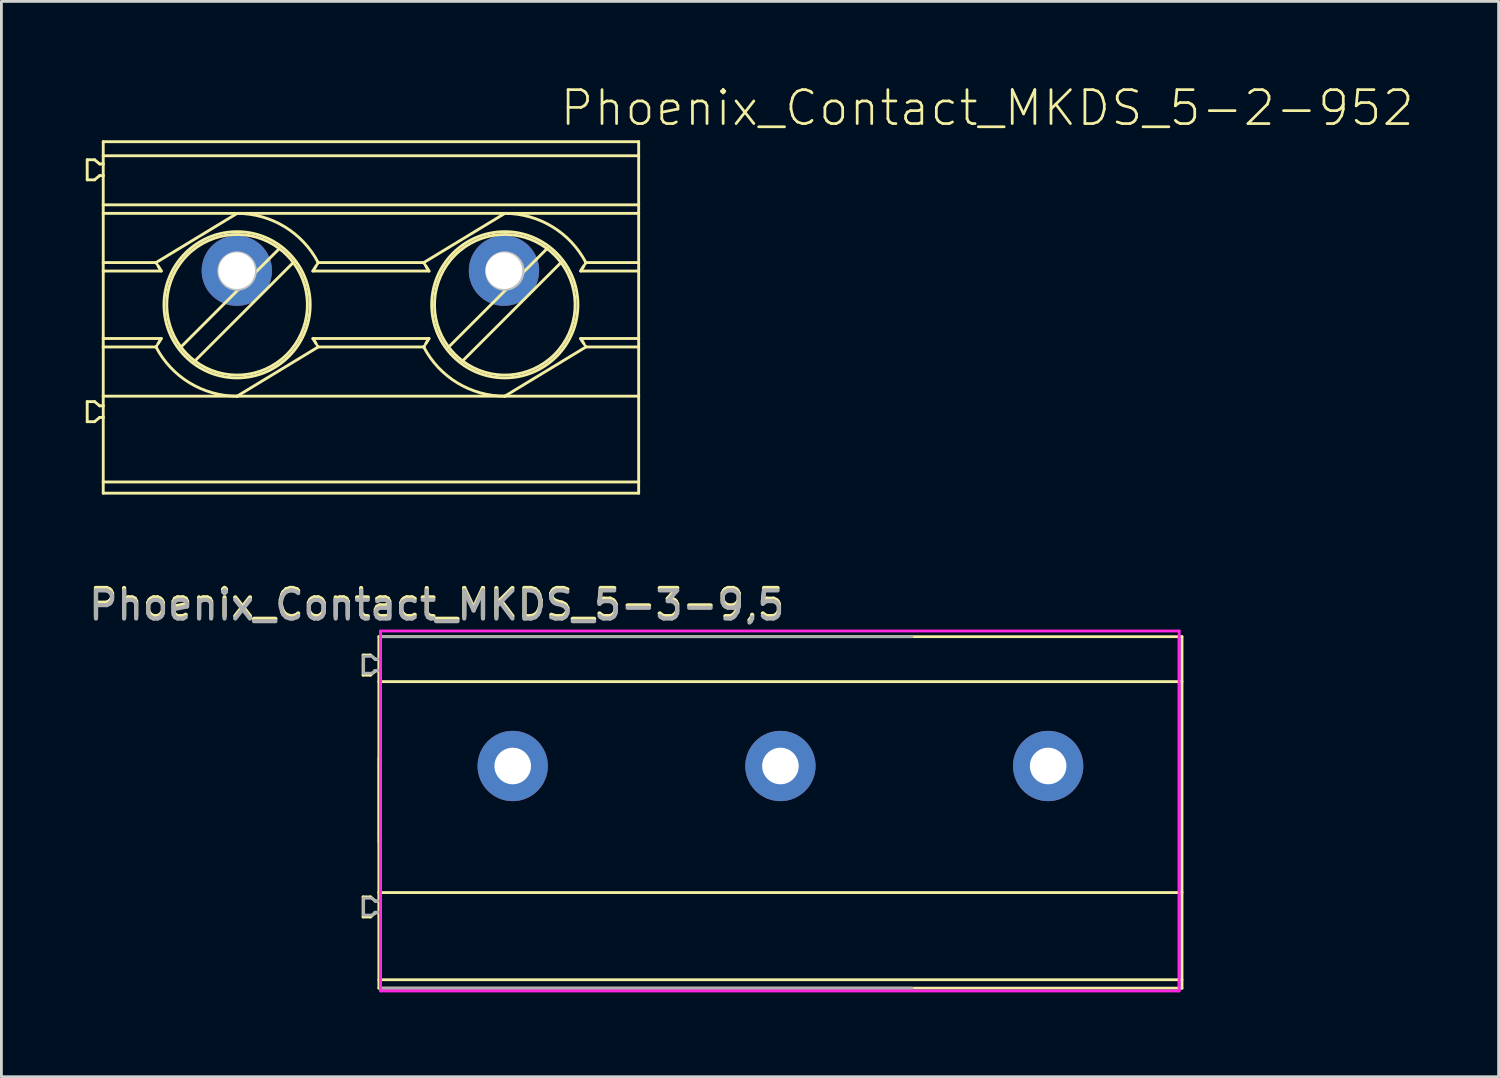
<source format=kicad_pcb>
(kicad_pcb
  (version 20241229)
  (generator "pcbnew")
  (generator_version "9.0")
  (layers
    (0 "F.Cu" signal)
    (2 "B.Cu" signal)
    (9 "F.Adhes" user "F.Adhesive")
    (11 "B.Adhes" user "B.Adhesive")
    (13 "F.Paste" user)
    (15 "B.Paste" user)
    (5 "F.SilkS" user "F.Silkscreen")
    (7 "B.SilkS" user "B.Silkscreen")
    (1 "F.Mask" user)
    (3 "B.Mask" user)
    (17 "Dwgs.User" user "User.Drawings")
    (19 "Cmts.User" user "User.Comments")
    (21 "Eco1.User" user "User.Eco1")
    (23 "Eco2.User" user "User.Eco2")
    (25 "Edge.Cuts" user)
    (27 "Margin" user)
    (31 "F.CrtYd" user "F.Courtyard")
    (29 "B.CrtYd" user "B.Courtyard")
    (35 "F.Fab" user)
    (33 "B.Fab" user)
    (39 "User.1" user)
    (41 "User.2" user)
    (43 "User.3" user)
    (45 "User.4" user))
  (footprint "Phoenix_Contact_MKDS_5-3-9,5"
    (layer "F.Cu")
    (at 15.182 24.189)
    (property "Reference" "Phoenix_Contact_MKDS_5-3-9,5" (at -2.7 -5.2 0) (layer "F.SilkS") (effects (font (size 1 1) (thickness 0.15)) (justify bottom)))
    (attr through_hole)
    (fp_line (start -5.32 -3.945) (end -5.057 -3.945) (stroke (width 0.102) (type solid)) (layer "F.SilkS"))
    (fp_line (start -5.32 -3.231) (end -5.32 -3.945) (stroke (width 0.102) (type solid)) (layer "F.SilkS"))
    (fp_line (start -5.32 5.369) (end -5.32 4.655) (stroke (width 0.102) (type solid)) (layer "F.SilkS"))
    (fp_line (start -5.057 -3.231) (end -5.32 -3.231) (stroke (width 0.102) (type solid)) (layer "F.SilkS"))
    (fp_line (start -5.057 4.655) (end -5.32 4.655) (stroke (width 0.102) (type solid)) (layer "F.SilkS"))
    (fp_line (start -5.057 4.655) (end -4.879 4.805) (stroke (width 0.102) (type solid)) (layer "F.SilkS"))
    (fp_line (start -5.057 5.369) (end -5.32 5.369) (stroke (width 0.102) (type solid)) (layer "F.SilkS"))
    (fp_line (start -4.879 -3.795) (end -5.057 -3.945) (stroke (width 0.102) (type solid)) (layer "F.SilkS"))
    (fp_line (start -4.879 -3.795) (end -4.76 -3.795) (stroke (width 0.102) (type solid)) (layer "F.SilkS"))
    (fp_line (start -4.879 -3.381) (end -5.057 -3.231) (stroke (width 0.102) (type solid)) (layer "F.SilkS"))
    (fp_line (start -4.879 4.805) (end -4.76 4.805) (stroke (width 0.102) (type solid)) (layer "F.SilkS"))
    (fp_line (start -4.879 5.219) (end -5.057 5.369) (stroke (width 0.102) (type solid)) (layer "F.SilkS"))
    (fp_line (start -4.76 -4.6) (end -4.76 7.9) (stroke (width 0.1) (type solid)) (layer "F.SilkS"))
    (fp_line (start -4.76 -4.6) (end 23.8 -4.6) (stroke (width 0.1) (type solid)) (layer "F.SilkS"))
    (fp_line (start -4.76 -3.38) (end -4.87 -3.38) (stroke (width 0.1) (type solid)) (layer "F.SilkS"))
    (fp_line (start -4.76 4.5) (end 23.8 4.5) (stroke (width 0.102) (type solid)) (layer "F.SilkS"))
    (fp_line (start -4.76 5.219) (end -4.879 5.219) (stroke (width 0.102) (type solid)) (layer "F.SilkS"))
    (fp_line (start -4.76 7.6) (end 23.8 7.6) (stroke (width 0.1) (type solid)) (layer "F.SilkS"))
    (fp_line (start -4.75 -0.288) (end -4.75 0.012) (stroke (width 0.102) (type solid)) (layer "F.SilkS"))
    (fp_line (start -4.75 0.012) (end -4.75 2.412) (stroke (width 0.102) (type solid)) (layer "F.SilkS"))
    (fp_line (start -4.75 2.712) (end -4.75 2.412) (stroke (width 0.102) (type solid)) (layer "F.SilkS"))
    (fp_line (start 23.8 -4.6) (end 23.8 7.9) (stroke (width 0.1) (type solid)) (layer "F.SilkS"))
    (fp_line (start 23.8 -3) (end -4.76 -3) (stroke (width 0.1) (type solid)) (layer "F.SilkS"))
    (fp_line (start 23.8 7.9) (end -4.76 7.9) (stroke (width 0.1) (type solid)) (layer "F.SilkS"))
    (fp_line (start -4.7 -4.8) (end 23.7 -4.8) (stroke (width 0.1) (type solid)) (layer "F.CrtYd"))
    (fp_line (start -4.7 8) (end -4.7 -4.8) (stroke (width 0.1) (type solid)) (layer "F.CrtYd"))
    (fp_line (start 23.7 -4.8) (end 23.7 8) (stroke (width 0.1) (type solid)) (layer "F.CrtYd"))
    (fp_line (start 23.7 8) (end -4.7 8) (stroke (width 0.1) (type solid)) (layer "F.CrtYd"))
    (fp_line (start -5.3 -3.9) (end -5.3 -3.3) (stroke (width 0.1) (type solid)) (layer "F.Fab"))
    (fp_line (start -5.3 -3.3) (end -5 -3.3) (stroke (width 0.1) (type solid)) (layer "F.Fab"))
    (fp_line (start -5.3 4.7) (end -5.3 5.3) (stroke (width 0.1) (type solid)) (layer "F.Fab"))
    (fp_line (start -5.3 5.3) (end -5 5.3) (stroke (width 0.1) (type solid)) (layer "F.Fab"))
    (fp_line (start -5 -3.9) (end -5.3 -3.9) (stroke (width 0.1) (type solid)) (layer "F.Fab"))
    (fp_line (start -5 -3.3) (end -4.9 -3.4) (stroke (width 0.1) (type solid)) (layer "F.Fab"))
    (fp_line (start -5 4.7) (end -5.3 4.7) (stroke (width 0.1) (type solid)) (layer "F.Fab"))
    (fp_line (start -5 5.3) (end -4.9 5.2) (stroke (width 0.1) (type solid)) (layer "F.Fab"))
    (fp_line (start -4.9 -3.8) (end -5 -3.9) (stroke (width 0.1) (type solid)) (layer "F.Fab"))
    (fp_line (start -4.9 -3.4) (end -4.7 -3.4) (stroke (width 0.1) (type solid)) (layer "F.Fab"))
    (fp_line (start -4.9 4.8) (end -5 4.7) (stroke (width 0.1) (type solid)) (layer "F.Fab"))
    (fp_line (start -4.9 5.2) (end -4.7 5.2) (stroke (width 0.1) (type solid)) (layer "F.Fab"))
    (fp_line (start -4.7 -4.6) (end 14.2 -4.6) (stroke (width 0.1) (type solid)) (layer "F.Fab"))
    (fp_line (start -4.7 -3.8) (end -4.9 -3.8) (stroke (width 0.1) (type solid)) (layer "F.Fab"))
    (fp_line (start -4.7 4.8) (end -4.9 4.8) (stroke (width 0.1) (type solid)) (layer "F.Fab"))
    (fp_line (start -4.7 7.9) (end -4.7 -4.6) (stroke (width 0.1) (type solid)) (layer "F.Fab"))
    (fp_line (start 14.2 7.9) (end -4.7 7.9) (stroke (width 0.1) (type solid)) (layer "F.Fab"))
    (fp_line (start 23.7 -4.6) (end 23.7 7.9) (stroke (width 0.1) (type solid)) (layer "F.Fab"))
    (fp_text user "${REFERENCE}" (at -2.7 -5.7 0) (layer "F.Fab") (effects (font (size 1 1) (thickness 0.15))))
    (pad "1" thru_hole circle (at 0 0) (size 2.5 2.5) (drill 1.3) (layers "*.Cu" "*.Mask"))
    (pad "2" thru_hole circle (at 9.52 0) (size 2.5 2.5) (drill 1.3) (layers "*.Cu" "*.Mask"))
    (pad "3" thru_hole circle (at 19.04 0) (size 2.5 2.5) (drill 1.3) (layers "*.Cu" "*.Mask")))
  (footprint "Phoenix_Contact_MKDS_5-2-952"
    (layer "F.Cu")
    (at 5.371 6.576)
    (property "Reference" "Phoenix_Contact_MKDS_5-2-952" (at 11.43 -5.08 180) (layer "F.SilkS") (effects (font (size 1.206 1.206) (thickness 0.097)) (justify left bottom)))
    (attr through_hole)
    (fp_line (start -5.32 -3.945) (end -5.057 -3.945) (stroke (width 0.102) (type solid)) (layer "F.SilkS"))
    (fp_line (start -5.32 -3.231) (end -5.32 -3.945) (stroke (width 0.102) (type solid)) (layer "F.SilkS"))
    (fp_line (start -5.32 5.369) (end -5.32 4.655) (stroke (width 0.102) (type solid)) (layer "F.SilkS"))
    (fp_line (start -5.057 -3.231) (end -5.32 -3.231) (stroke (width 0.102) (type solid)) (layer "F.SilkS"))
    (fp_line (start -5.057 4.655) (end -5.32 4.655) (stroke (width 0.102) (type solid)) (layer "F.SilkS"))
    (fp_line (start -5.057 4.655) (end -4.879 4.805) (stroke (width 0.102) (type solid)) (layer "F.SilkS"))
    (fp_line (start -5.057 5.369) (end -5.32 5.369) (stroke (width 0.102) (type solid)) (layer "F.SilkS"))
    (fp_line (start -4.879 -3.795) (end -5.057 -3.945) (stroke (width 0.102) (type solid)) (layer "F.SilkS"))
    (fp_line (start -4.879 -3.795) (end -4.75 -3.795) (stroke (width 0.102) (type solid)) (layer "F.SilkS"))
    (fp_line (start -4.879 -3.381) (end -5.057 -3.231) (stroke (width 0.102) (type solid)) (layer "F.SilkS"))
    (fp_line (start -4.879 4.805) (end -4.75 4.805) (stroke (width 0.102) (type solid)) (layer "F.SilkS"))
    (fp_line (start -4.879 5.219) (end -5.057 5.369) (stroke (width 0.102) (type solid)) (layer "F.SilkS"))
    (fp_line (start -4.75 -4.588) (end -4.75 -4.088) (stroke (width 0.102) (type solid)) (layer "F.SilkS"))
    (fp_line (start -4.75 -4.588) (end 14.29 -4.588) (stroke (width 0.102) (type solid)) (layer "F.SilkS"))
    (fp_line (start -4.75 -3.795) (end -4.75 -4.088) (stroke (width 0.102) (type solid)) (layer "F.SilkS"))
    (fp_line (start -4.75 -3.381) (end -4.879 -3.381) (stroke (width 0.102) (type solid)) (layer "F.SilkS"))
    (fp_line (start -4.75 -3.381) (end -4.75 -3.795) (stroke (width 0.102) (type solid)) (layer "F.SilkS"))
    (fp_line (start -4.75 -2.342) (end -4.75 -3.381) (stroke (width 0.102) (type solid)) (layer "F.SilkS"))
    (fp_line (start -4.75 -2.038) (end -4.75 -2.342) (stroke (width 0.102) (type solid)) (layer "F.SilkS"))
    (fp_line (start -4.75 -0.288) (end -4.75 -2.038) (stroke (width 0.102) (type solid)) (layer "F.SilkS"))
    (fp_line (start -4.75 -0.288) (end -4.75 0.012) (stroke (width 0.102) (type solid)) (layer "F.SilkS"))
    (fp_line (start -4.75 -0.288) (end -2.873 -0.288) (stroke (width 0.102) (type solid)) (layer "F.SilkS"))
    (fp_line (start -4.75 0.012) (end -4.75 2.412) (stroke (width 0.102) (type solid)) (layer "F.SilkS"))
    (fp_line (start -4.75 0.012) (end -2.685 0.012) (stroke (width 0.102) (type solid)) (layer "F.SilkS"))
    (fp_line (start -4.75 2.712) (end -4.75 2.412) (stroke (width 0.102) (type solid)) (layer "F.SilkS"))
    (fp_line (start -4.75 4.462) (end -4.75 2.712) (stroke (width 0.102) (type solid)) (layer "F.SilkS"))
    (fp_line (start -4.75 4.462) (end 0.01 4.462) (stroke (width 0.102) (type solid)) (layer "F.SilkS"))
    (fp_line (start -4.75 4.805) (end -4.75 4.462) (stroke (width 0.102) (type solid)) (layer "F.SilkS"))
    (fp_line (start -4.75 5.219) (end -4.879 5.219) (stroke (width 0.102) (type solid)) (layer "F.SilkS"))
    (fp_line (start -4.75 5.219) (end -4.75 4.805) (stroke (width 0.102) (type solid)) (layer "F.SilkS"))
    (fp_line (start -4.75 7.512) (end -4.75 5.219) (stroke (width 0.102) (type solid)) (layer "F.SilkS"))
    (fp_line (start -4.75 7.512) (end -4.75 7.912) (stroke (width 0.102) (type solid)) (layer "F.SilkS"))
    (fp_line (start -4.75 7.512) (end 14.29 7.512) (stroke (width 0.102) (type solid)) (layer "F.SilkS"))
    (fp_line (start -2.873 2.712) (end -4.75 2.712) (stroke (width 0.102) (type solid)) (layer "F.SilkS"))
    (fp_line (start -2.867 2.701) (end -2.86 2.689) (stroke (width 0.102) (type solid)) (layer "F.SilkS"))
    (fp_line (start -2.86 2.689) (end -2.852 2.678) (stroke (width 0.102) (type solid)) (layer "F.SilkS"))
    (fp_line (start -2.859 -0.266) (end -2.867 -0.277) (stroke (width 0.102) (type solid)) (layer "F.SilkS"))
    (fp_line (start -2.852 -0.254) (end -2.859 -0.266) (stroke (width 0.102) (type solid)) (layer "F.SilkS"))
    (fp_line (start -2.813 2.615) (end -2.774 2.552) (stroke (width 0.102) (type solid)) (layer "F.SilkS"))
    (fp_line (start -2.774 -0.128) (end -2.813 -0.191) (stroke (width 0.102) (type solid)) (layer "F.SilkS"))
    (fp_line (start -2.774 2.552) (end -2.735 2.49) (stroke (width 0.102) (type solid)) (layer "F.SilkS"))
    (fp_line (start -2.735 -0.066) (end -2.774 -0.128) (stroke (width 0.102) (type solid)) (layer "F.SilkS"))
    (fp_line (start -2.685 2.412) (end -4.75 2.412) (stroke (width 0.102) (type solid)) (layer "F.SilkS"))
    (fp_line (start 0.01 -2.038) (end -4.75 -2.038) (stroke (width 0.102) (type solid)) (layer "F.SilkS"))
    (fp_line (start 0.01 -2.038) (end -2.873 -0.288) (stroke (width 0.102) (type solid)) (layer "F.SilkS"))
    (fp_line (start 0.01 4.462) (end 2.893 2.712) (stroke (width 0.102) (type solid)) (layer "F.SilkS"))
    (fp_line (start 0.01 4.462) (end 9.53 4.462) (stroke (width 0.102) (type solid)) (layer "F.SilkS"))
    (fp_line (start 0.068 0.659) (end -1.988 2.715) (stroke (width 0.102) (type solid)) (layer "F.SilkS"))
    (fp_line (start 1.513 -0.786) (end 0.657 0.07) (stroke (width 0.102) (type solid)) (layer "F.SilkS"))
    (fp_line (start 2.008 -0.291) (end -1.493 3.21) (stroke (width 0.102) (type solid)) (layer "F.SilkS"))
    (fp_line (start 2.705 0.012) (end 6.835 0.012) (stroke (width 0.102) (type solid)) (layer "F.SilkS"))
    (fp_line (start 2.755 2.49) (end 2.794 2.552) (stroke (width 0.102) (type solid)) (layer "F.SilkS"))
    (fp_line (start 2.794 -0.128) (end 2.755 -0.066) (stroke (width 0.102) (type solid)) (layer "F.SilkS"))
    (fp_line (start 2.794 2.552) (end 2.833 2.615) (stroke (width 0.102) (type solid)) (layer "F.SilkS"))
    (fp_line (start 2.833 -0.191) (end 2.794 -0.128) (stroke (width 0.102) (type solid)) (layer "F.SilkS"))
    (fp_line (start 2.872 2.678) (end 2.88 2.689) (stroke (width 0.102) (type solid)) (layer "F.SilkS"))
    (fp_line (start 2.88 -0.266) (end 2.872 -0.254) (stroke (width 0.102) (type solid)) (layer "F.SilkS"))
    (fp_line (start 2.88 2.689) (end 2.887 2.701) (stroke (width 0.102) (type solid)) (layer "F.SilkS"))
    (fp_line (start 2.887 -0.277) (end 2.88 -0.266) (stroke (width 0.102) (type solid)) (layer "F.SilkS"))
    (fp_line (start 2.893 -0.288) (end 6.647 -0.288) (stroke (width 0.102) (type solid)) (layer "F.SilkS"))
    (fp_line (start 6.647 2.712) (end 2.893 2.712) (stroke (width 0.102) (type solid)) (layer "F.SilkS"))
    (fp_line (start 6.653 2.701) (end 6.66 2.689) (stroke (width 0.102) (type solid)) (layer "F.SilkS"))
    (fp_line (start 6.66 2.689) (end 6.668 2.678) (stroke (width 0.102) (type solid)) (layer "F.SilkS"))
    (fp_line (start 6.661 -0.266) (end 6.653 -0.277) (stroke (width 0.102) (type solid)) (layer "F.SilkS"))
    (fp_line (start 6.668 -0.254) (end 6.661 -0.266) (stroke (width 0.102) (type solid)) (layer "F.SilkS"))
    (fp_line (start 6.707 2.615) (end 6.746 2.552) (stroke (width 0.102) (type solid)) (layer "F.SilkS"))
    (fp_line (start 6.746 -0.128) (end 6.707 -0.191) (stroke (width 0.102) (type solid)) (layer "F.SilkS"))
    (fp_line (start 6.746 2.552) (end 6.785 2.49) (stroke (width 0.102) (type solid)) (layer "F.SilkS"))
    (fp_line (start 6.785 -0.066) (end 6.746 -0.128) (stroke (width 0.102) (type solid)) (layer "F.SilkS"))
    (fp_line (start 6.835 2.412) (end 2.705 2.412) (stroke (width 0.102) (type solid)) (layer "F.SilkS"))
    (fp_line (start 9.53 -2.038) (end 0.01 -2.038) (stroke (width 0.102) (type solid)) (layer "F.SilkS"))
    (fp_line (start 9.53 -2.038) (end 6.647 -0.288) (stroke (width 0.102) (type solid)) (layer "F.SilkS"))
    (fp_line (start 9.53 -2.038) (end 14.29 -2.038) (stroke (width 0.102) (type solid)) (layer "F.SilkS"))
    (fp_line (start 9.53 4.462) (end 12.413 2.712) (stroke (width 0.102) (type solid)) (layer "F.SilkS"))
    (fp_line (start 9.53 4.462) (end 14.29 4.462) (stroke (width 0.102) (type solid)) (layer "F.SilkS"))
    (fp_line (start 9.588 0.659) (end 7.532 2.715) (stroke (width 0.102) (type solid)) (layer "F.SilkS"))
    (fp_line (start 11.033 -0.786) (end 10.177 0.07) (stroke (width 0.102) (type solid)) (layer "F.SilkS"))
    (fp_line (start 11.528 -0.291) (end 8.027 3.21) (stroke (width 0.102) (type solid)) (layer "F.SilkS"))
    (fp_line (start 12.225 0.012) (end 14.29 0.012) (stroke (width 0.102) (type solid)) (layer "F.SilkS"))
    (fp_line (start 12.275 2.49) (end 12.314 2.552) (stroke (width 0.102) (type solid)) (layer "F.SilkS"))
    (fp_line (start 12.314 -0.128) (end 12.275 -0.066) (stroke (width 0.102) (type solid)) (layer "F.SilkS"))
    (fp_line (start 12.314 2.552) (end 12.353 2.615) (stroke (width 0.102) (type solid)) (layer "F.SilkS"))
    (fp_line (start 12.353 -0.191) (end 12.314 -0.128) (stroke (width 0.102) (type solid)) (layer "F.SilkS"))
    (fp_line (start 12.392 2.678) (end 12.399 2.689) (stroke (width 0.102) (type solid)) (layer "F.SilkS"))
    (fp_line (start 12.399 -0.266) (end 12.392 -0.254) (stroke (width 0.102) (type solid)) (layer "F.SilkS"))
    (fp_line (start 12.399 2.689) (end 12.407 2.701) (stroke (width 0.102) (type solid)) (layer "F.SilkS"))
    (fp_line (start 12.407 -0.277) (end 12.399 -0.266) (stroke (width 0.102) (type solid)) (layer "F.SilkS"))
    (fp_line (start 12.413 -0.288) (end 14.29 -0.288) (stroke (width 0.102) (type solid)) (layer "F.SilkS"))
    (fp_line (start 14.29 -4.588) (end 14.29 -4.088) (stroke (width 0.102) (type solid)) (layer "F.SilkS"))
    (fp_line (start 14.29 -4.088) (end -4.75 -4.088) (stroke (width 0.102) (type solid)) (layer "F.SilkS"))
    (fp_line (start 14.29 -2.342) (end -4.75 -2.342) (stroke (width 0.102) (type solid)) (layer "F.SilkS"))
    (fp_line (start 14.29 -2.342) (end 14.29 -4.088) (stroke (width 0.102) (type solid)) (layer "F.SilkS"))
    (fp_line (start 14.29 -2.038) (end 14.29 -2.342) (stroke (width 0.102) (type solid)) (layer "F.SilkS"))
    (fp_line (start 14.29 -0.288) (end 14.29 -2.038) (stroke (width 0.102) (type solid)) (layer "F.SilkS"))
    (fp_line (start 14.29 -0.288) (end 14.29 0.012) (stroke (width 0.102) (type solid)) (layer "F.SilkS"))
    (fp_line (start 14.29 2.412) (end 12.225 2.412) (stroke (width 0.102) (type solid)) (layer "F.SilkS"))
    (fp_line (start 14.29 2.412) (end 14.29 0.012) (stroke (width 0.102) (type solid)) (layer "F.SilkS"))
    (fp_line (start 14.29 2.712) (end 12.413 2.712) (stroke (width 0.102) (type solid)) (layer "F.SilkS"))
    (fp_line (start 14.29 2.712) (end 14.29 2.412) (stroke (width 0.102) (type solid)) (layer "F.SilkS"))
    (fp_line (start 14.29 2.712) (end 14.29 4.462) (stroke (width 0.102) (type solid)) (layer "F.SilkS"))
    (fp_line (start 14.29 7.512) (end 14.29 4.462) (stroke (width 0.102) (type solid)) (layer "F.SilkS"))
    (fp_line (start 14.29 7.912) (end -4.75 7.912) (stroke (width 0.102) (type solid)) (layer "F.SilkS"))
    (fp_line (start 14.29 7.912) (end 14.29 7.512) (stroke (width 0.102) (type solid)) (layer "F.SilkS"))
    (fp_arc (start -2.7347 2.4895) (mid -2.709881 2.450698) (end -2.6849 2.412) (stroke (width 0.1016) (type solid)) (layer "F.SilkS"))
    (fp_arc (start -2.6849 0.012) (mid -2.709881 -0.026698) (end -2.7347 -0.0655) (stroke (width 0.1016) (type solid)) (layer "F.SilkS"))
    (fp_arc (start -1.987802 2.714898) (mid -1.757755 -0.555757) (end 1.5129 -0.7858) (stroke (width 0.1016) (type solid)) (layer "F.SilkS"))
    (fp_arc (start -1.4929 3.2098) (mid -1.757758 2.979758) (end -1.9878 2.7149) (stroke (width 0.1016) (type solid)) (layer "F.SilkS"))
    (fp_arc (start 0.01 -2.038) (mid 1.696319 -1.566253) (end 2.8931 -0.288) (stroke (width 0.1016) (type solid)) (layer "F.SilkS"))
    (fp_arc (start 0.010001 4.461999) (mid -1.676318 3.990253) (end -2.8731 2.712) (stroke (width 0.1016) (type solid)) (layer "F.SilkS"))
    (fp_arc (start 1.5129 -0.7858) (mid 1.777751 -0.555751) (end 2.0078 -0.2909) (stroke (width 0.1016) (type solid)) (layer "F.SilkS"))
    (fp_arc (start 2.0078 -0.2909) (mid 1.777755 2.979755) (end -1.4929 3.2098) (stroke (width 0.1016) (type solid)) (layer "F.SilkS"))
    (fp_arc (start 2.7049 2.412) (mid 2.729931 2.450698) (end 2.7548 2.4895) (stroke (width 0.1016) (type solid)) (layer "F.SilkS"))
    (fp_arc (start 2.7548 -0.0655) (mid 2.729931 -0.026698) (end 2.7049 0.012) (stroke (width 0.1016) (type solid)) (layer "F.SilkS"))
    (fp_arc (start 6.7853 2.4895) (mid 6.810119 2.450698) (end 6.8351 2.412) (stroke (width 0.1016) (type solid)) (layer "F.SilkS"))
    (fp_arc (start 6.8351 0.012) (mid 6.810119 -0.026698) (end 6.7853 -0.0655) (stroke (width 0.1016) (type solid)) (layer "F.SilkS"))
    (fp_arc (start 7.532198 2.714898) (mid 7.762245 -0.555757) (end 11.0329 -0.7858) (stroke (width 0.1016) (type solid)) (layer "F.SilkS"))
    (fp_arc (start 8.0271 3.2098) (mid 7.762246 2.979754) (end 7.5322 2.7149) (stroke (width 0.1016) (type solid)) (layer "F.SilkS"))
    (fp_arc (start 9.53 -2.038) (mid 11.216319 -1.566253) (end 12.4131 -0.288) (stroke (width 0.1016) (type solid)) (layer "F.SilkS"))
    (fp_arc (start 9.530001 4.461999) (mid 7.843682 3.990253) (end 6.6469 2.712) (stroke (width 0.1016) (type solid)) (layer "F.SilkS"))
    (fp_arc (start 11.0329 -0.7858) (mid 11.297751 -0.555751) (end 11.5278 -0.2909) (stroke (width 0.1016) (type solid)) (layer "F.SilkS"))
    (fp_arc (start 11.5278 -0.2909) (mid 11.297755 2.979755) (end 8.0271 3.2098) (stroke (width 0.1016) (type solid)) (layer "F.SilkS"))
    (fp_arc (start 12.2249 2.412) (mid 12.249931 2.450698) (end 12.2748 2.4895) (stroke (width 0.1016) (type solid)) (layer "F.SilkS"))
    (fp_arc (start 12.2748 -0.0655) (mid 12.249931 -0.026698) (end 12.2249 0.012) (stroke (width 0.1016) (type solid)) (layer "F.SilkS"))
    (fp_circle (center 0.01 1.212) (end 2.61 1.212) (stroke (width 0.102) (type solid)) (fill no) (layer "F.SilkS"))
    (fp_circle (center 9.53 1.212) (end 12.13 1.212) (stroke (width 0.102) (type solid)) (fill no) (layer "F.SilkS"))
    (fp_line (start 0.657 0.07) (end 0.068 0.659) (stroke (width 0.102) (type solid)) (layer "Dwgs.User"))
    (fp_line (start 10.177 0.07) (end 9.588 0.659) (stroke (width 0.102) (type solid)) (layer "Dwgs.User"))
    (fp_arc (start 0.067598 0.6594) (mid -0.44959 -0.447592) (end 0.6574 0.0696) (stroke (width 0.1016) (type solid)) (layer "Dwgs.User"))
    (fp_arc (start 0.6574 0.069598) (mid 0.46959 0.471588) (end 0.0676 0.6594) (stroke (width 0.1016) (type solid)) (layer "Dwgs.User"))
    (fp_arc (start 9.587598 0.6594) (mid 9.07041 -0.447592) (end 10.1774 0.0696) (stroke (width 0.1016) (type solid)) (layer "Dwgs.User"))
    (fp_arc (start 10.1774 0.069598) (mid 9.98959 0.471588) (end 9.5876 0.6594) (stroke (width 0.1016) (type solid)) (layer "Dwgs.User"))
    (pad "1" thru_hole circle (at 0 0) (size 2.5 2.5) (drill 1.3) (layers "*.Cu" "*.Mask"))
    (pad "2" thru_hole circle (at 9.5 0) (size 2.5 2.5) (drill 1.3) (layers "*.Cu" "*.Mask")))
  (gr_rect
    (start -3 -3)
    (end 50.241 35.239)
    (stroke (width 0.1) (type default))
    (fill no)
    (layer "Edge.Cuts")))
</source>
